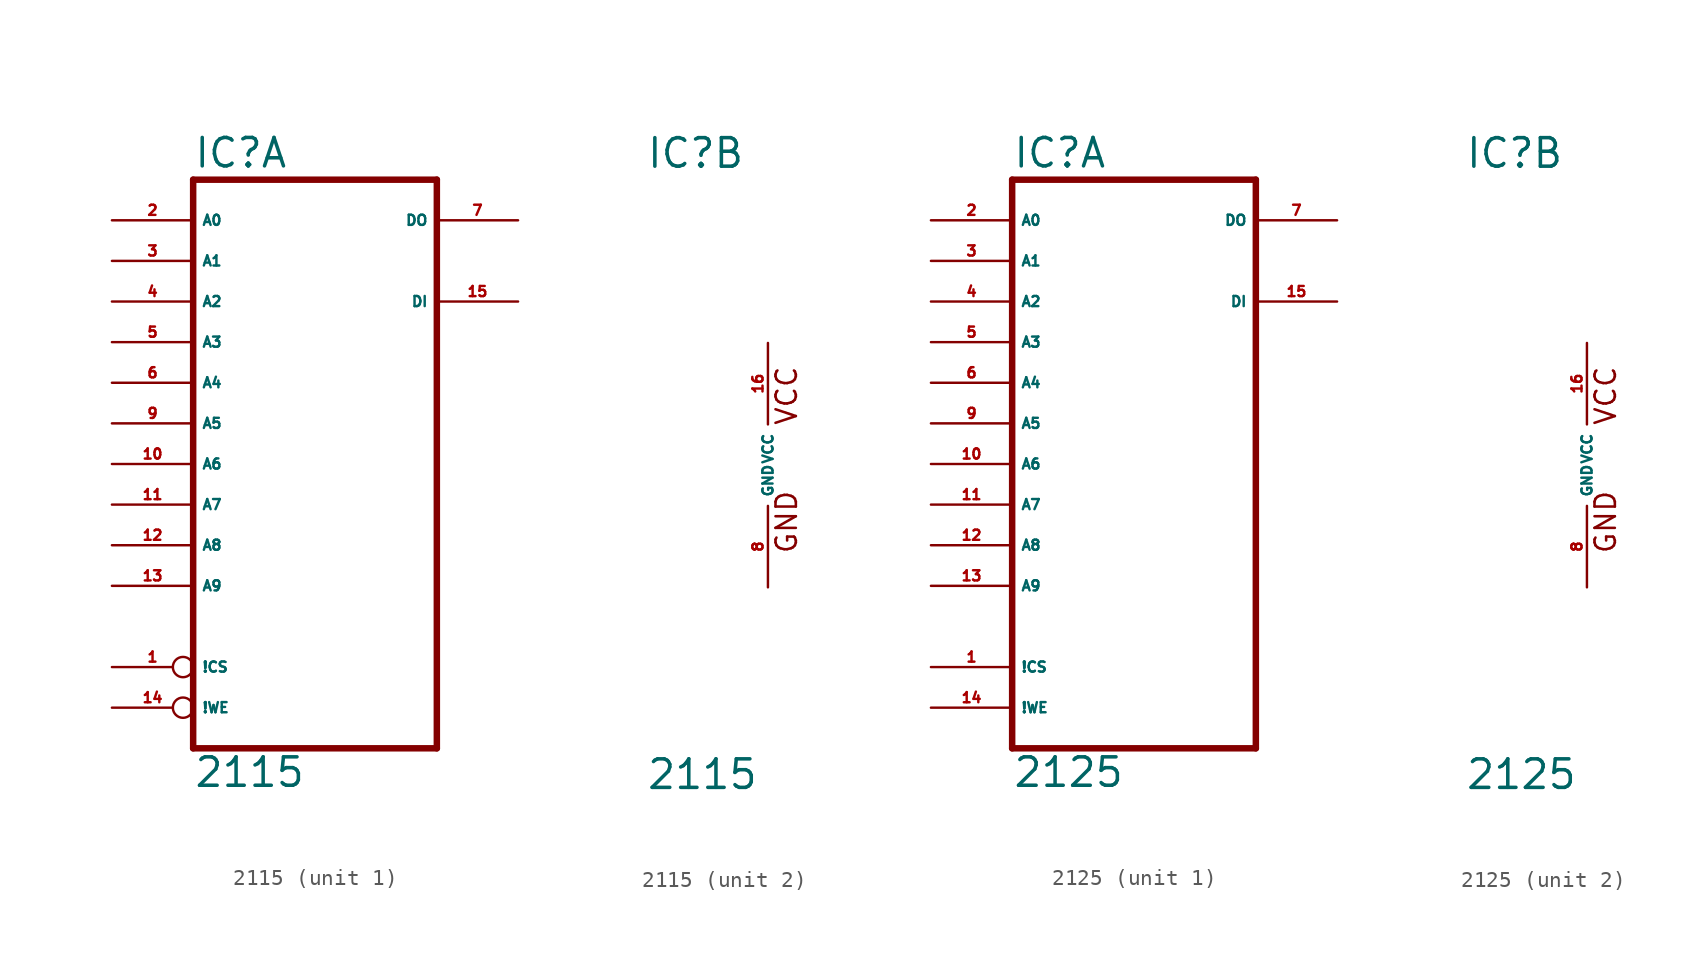
<source format=kicad_sym>
(kicad_symbol_lib
  (version 20220914)
  (generator Eagle2Kicad)
  (symbol "2115"
    (property "Reference" "IC"
      (at -7.62 18.415 0)
      (effects (font (size 1.778 1.778) (thickness 0.22)) (justify left bottom)))
    (property "Value" "2115"
      (at -7.62 -20.32 0)
      (effects (font (size 1.778 1.778) (thickness 0.22)) (justify left bottom)))
    (symbol "2115_1_0"
      (polyline (pts (xy -7.62 -17.78) (xy 7.62 -17.78)) (stroke (width 0.406) (type default)) (fill (type none)))
      (polyline (pts (xy 7.62 -17.78) (xy 7.62 17.78)) (stroke (width 0.406) (type default)) (fill (type none)))
      (polyline (pts (xy 7.62 17.78) (xy -7.62 17.78)) (stroke (width 0.406) (type default)) (fill (type none)))
      (polyline (pts (xy -7.62 17.78) (xy -7.62 -17.78)) (stroke (width 0.406) (type default)) (fill (type none)))
      (pin input inverted (at -12.7 -12.7 0) (length 5.08) (name "!CS" (effects (font (size 0.635 0.635) (thickness 0.08)) (justify left bottom))) (number "1" (effects (font (size 0.635 0.635) (thickness 0.08)) (justify left bottom))))
      (pin input line (at -12.7 15.24 0) (length 5.08) (name "A0" (effects (font (size 0.635 0.635) (thickness 0.08)) (justify left bottom))) (number "2" (effects (font (size 0.635 0.635) (thickness 0.08)) (justify left bottom))))
      (pin input line (at -12.7 12.7 0) (length 5.08) (name "A1" (effects (font (size 0.635 0.635) (thickness 0.08)) (justify left bottom))) (number "3" (effects (font (size 0.635 0.635) (thickness 0.08)) (justify left bottom))))
      (pin input line (at -12.7 10.16 0) (length 5.08) (name "A2" (effects (font (size 0.635 0.635) (thickness 0.08)) (justify left bottom))) (number "4" (effects (font (size 0.635 0.635) (thickness 0.08)) (justify left bottom))))
      (pin input line (at -12.7 7.62 0) (length 5.08) (name "A3" (effects (font (size 0.635 0.635) (thickness 0.08)) (justify left bottom))) (number "5" (effects (font (size 0.635 0.635) (thickness 0.08)) (justify left bottom))))
      (pin input line (at -12.7 5.08 0) (length 5.08) (name "A4" (effects (font (size 0.635 0.635) (thickness 0.08)) (justify left bottom))) (number "6" (effects (font (size 0.635 0.635) (thickness 0.08)) (justify left bottom))))
      (pin open_collector line (at 12.7 15.24 180) (length 5.08) (name "DO" (effects (font (size 0.635 0.635) (thickness 0.08)) (justify left bottom))) (number "7" (effects (font (size 0.635 0.635) (thickness 0.08)) (justify left bottom))))
      (pin input line (at -12.7 2.54 0) (length 5.08) (name "A5" (effects (font (size 0.635 0.635) (thickness 0.08)) (justify left bottom))) (number "9" (effects (font (size 0.635 0.635) (thickness 0.08)) (justify left bottom))))
      (pin input line (at -12.7 0 0) (length 5.08) (name "A6" (effects (font (size 0.635 0.635) (thickness 0.08)) (justify left bottom))) (number "10" (effects (font (size 0.635 0.635) (thickness 0.08)) (justify left bottom))))
      (pin input line (at -12.7 -2.54 0) (length 5.08) (name "A7" (effects (font (size 0.635 0.635) (thickness 0.08)) (justify left bottom))) (number "11" (effects (font (size 0.635 0.635) (thickness 0.08)) (justify left bottom))))
      (pin input line (at -12.7 -5.08 0) (length 5.08) (name "A8" (effects (font (size 0.635 0.635) (thickness 0.08)) (justify left bottom))) (number "12" (effects (font (size 0.635 0.635) (thickness 0.08)) (justify left bottom))))
      (pin input line (at -12.7 -7.62 0) (length 5.08) (name "A9" (effects (font (size 0.635 0.635) (thickness 0.08)) (justify left bottom))) (number "13" (effects (font (size 0.635 0.635) (thickness 0.08)) (justify left bottom))))
      (pin input inverted (at -12.7 -15.24 0) (length 5.08) (name "!WE" (effects (font (size 0.635 0.635) (thickness 0.08)) (justify left bottom))) (number "14" (effects (font (size 0.635 0.635) (thickness 0.08)) (justify left bottom))))
      (pin input line (at 12.7 10.16 180) (length 5.08) (name "DI" (effects (font (size 0.635 0.635) (thickness 0.08)) (justify left bottom))) (number "15" (effects (font (size 0.635 0.635) (thickness 0.08)) (justify left bottom)))))
    (symbol "2115_2_0"
      (text "GND" (at 1.905 -5.588 900) (effects (font (size 1.27 1.27) (thickness 0.16)) (justify left bottom)))
      (text "VCC" (at 1.905 2.413 900) (effects (font (size 1.27 1.27) (thickness 0.16)) (justify left bottom)))
      (pin unspecified line (at 0 -7.62 90) (length 5.08) (name "GND" (effects (font (size 0.635 0.635) (thickness 0.08)) (justify left bottom))) (number "8" (effects (font (size 0.635 0.635) (thickness 0.08)) (justify left bottom))))
      (pin unspecified line (at 0 7.62 270) (length 5.08) (name "VCC" (effects (font (size 0.635 0.635) (thickness 0.08)) (justify left bottom))) (number "16" (effects (font (size 0.635 0.635) (thickness 0.08)) (justify left bottom))))))
  (symbol "2125"
    (property "Reference" "IC"
      (at -7.62 18.415 0)
      (effects (font (size 1.778 1.778) (thickness 0.22)) (justify left bottom)))
    (property "Value" "2125"
      (at -7.62 -20.32 0)
      (effects (font (size 1.778 1.778) (thickness 0.22)) (justify left bottom)))
    (symbol "2125_1_0"
      (polyline (pts (xy -7.62 -17.78) (xy 7.62 -17.78)) (stroke (width 0.406) (type default)) (fill (type none)))
      (polyline (pts (xy 7.62 -17.78) (xy 7.62 17.78)) (stroke (width 0.406) (type default)) (fill (type none)))
      (polyline (pts (xy 7.62 17.78) (xy -7.62 17.78)) (stroke (width 0.406) (type default)) (fill (type none)))
      (polyline (pts (xy -7.62 17.78) (xy -7.62 -17.78)) (stroke (width 0.406) (type default)) (fill (type none)))
      (pin input line (at -12.7 -12.7 0) (length 5.08) (name "!CS" (effects (font (size 0.635 0.635) (thickness 0.08)) (justify left bottom))) (number "1" (effects (font (size 0.635 0.635) (thickness 0.08)) (justify left bottom))))
      (pin input line (at -12.7 15.24 0) (length 5.08) (name "A0" (effects (font (size 0.635 0.635) (thickness 0.08)) (justify left bottom))) (number "2" (effects (font (size 0.635 0.635) (thickness 0.08)) (justify left bottom))))
      (pin input line (at -12.7 12.7 0) (length 5.08) (name "A1" (effects (font (size 0.635 0.635) (thickness 0.08)) (justify left bottom))) (number "3" (effects (font (size 0.635 0.635) (thickness 0.08)) (justify left bottom))))
      (pin input line (at -12.7 10.16 0) (length 5.08) (name "A2" (effects (font (size 0.635 0.635) (thickness 0.08)) (justify left bottom))) (number "4" (effects (font (size 0.635 0.635) (thickness 0.08)) (justify left bottom))))
      (pin input line (at -12.7 7.62 0) (length 5.08) (name "A3" (effects (font (size 0.635 0.635) (thickness 0.08)) (justify left bottom))) (number "5" (effects (font (size 0.635 0.635) (thickness 0.08)) (justify left bottom))))
      (pin input line (at -12.7 5.08 0) (length 5.08) (name "A4" (effects (font (size 0.635 0.635) (thickness 0.08)) (justify left bottom))) (number "6" (effects (font (size 0.635 0.635) (thickness 0.08)) (justify left bottom))))
      (pin tri_state line (at 12.7 15.24 180) (length 5.08) (name "DO" (effects (font (size 0.635 0.635) (thickness 0.08)) (justify left bottom))) (number "7" (effects (font (size 0.635 0.635) (thickness 0.08)) (justify left bottom))))
      (pin input line (at -12.7 2.54 0) (length 5.08) (name "A5" (effects (font (size 0.635 0.635) (thickness 0.08)) (justify left bottom))) (number "9" (effects (font (size 0.635 0.635) (thickness 0.08)) (justify left bottom))))
      (pin input line (at -12.7 0 0) (length 5.08) (name "A6" (effects (font (size 0.635 0.635) (thickness 0.08)) (justify left bottom))) (number "10" (effects (font (size 0.635 0.635) (thickness 0.08)) (justify left bottom))))
      (pin input line (at -12.7 -2.54 0) (length 5.08) (name "A7" (effects (font (size 0.635 0.635) (thickness 0.08)) (justify left bottom))) (number "11" (effects (font (size 0.635 0.635) (thickness 0.08)) (justify left bottom))))
      (pin input line (at -12.7 -5.08 0) (length 5.08) (name "A8" (effects (font (size 0.635 0.635) (thickness 0.08)) (justify left bottom))) (number "12" (effects (font (size 0.635 0.635) (thickness 0.08)) (justify left bottom))))
      (pin input line (at -12.7 -7.62 0) (length 5.08) (name "A9" (effects (font (size 0.635 0.635) (thickness 0.08)) (justify left bottom))) (number "13" (effects (font (size 0.635 0.635) (thickness 0.08)) (justify left bottom))))
      (pin input line (at -12.7 -15.24 0) (length 5.08) (name "!WE" (effects (font (size 0.635 0.635) (thickness 0.08)) (justify left bottom))) (number "14" (effects (font (size 0.635 0.635) (thickness 0.08)) (justify left bottom))))
      (pin input line (at 12.7 10.16 180) (length 5.08) (name "DI" (effects (font (size 0.635 0.635) (thickness 0.08)) (justify left bottom))) (number "15" (effects (font (size 0.635 0.635) (thickness 0.08)) (justify left bottom)))))
    (symbol "2125_2_0"
      (text "GND" (at 1.905 -5.588 900) (effects (font (size 1.27 1.27) (thickness 0.16)) (justify left bottom)))
      (text "VCC" (at 1.905 2.413 900) (effects (font (size 1.27 1.27) (thickness 0.16)) (justify left bottom)))
      (pin unspecified line (at 0 -7.62 90) (length 5.08) (name "GND" (effects (font (size 0.635 0.635) (thickness 0.08)) (justify left bottom))) (number "8" (effects (font (size 0.635 0.635) (thickness 0.08)) (justify left bottom))))
      (pin unspecified line (at 0 7.62 270) (length 5.08) (name "VCC" (effects (font (size 0.635 0.635) (thickness 0.08)) (justify left bottom))) (number "16" (effects (font (size 0.635 0.635) (thickness 0.08)) (justify left bottom)))))))
</source>
